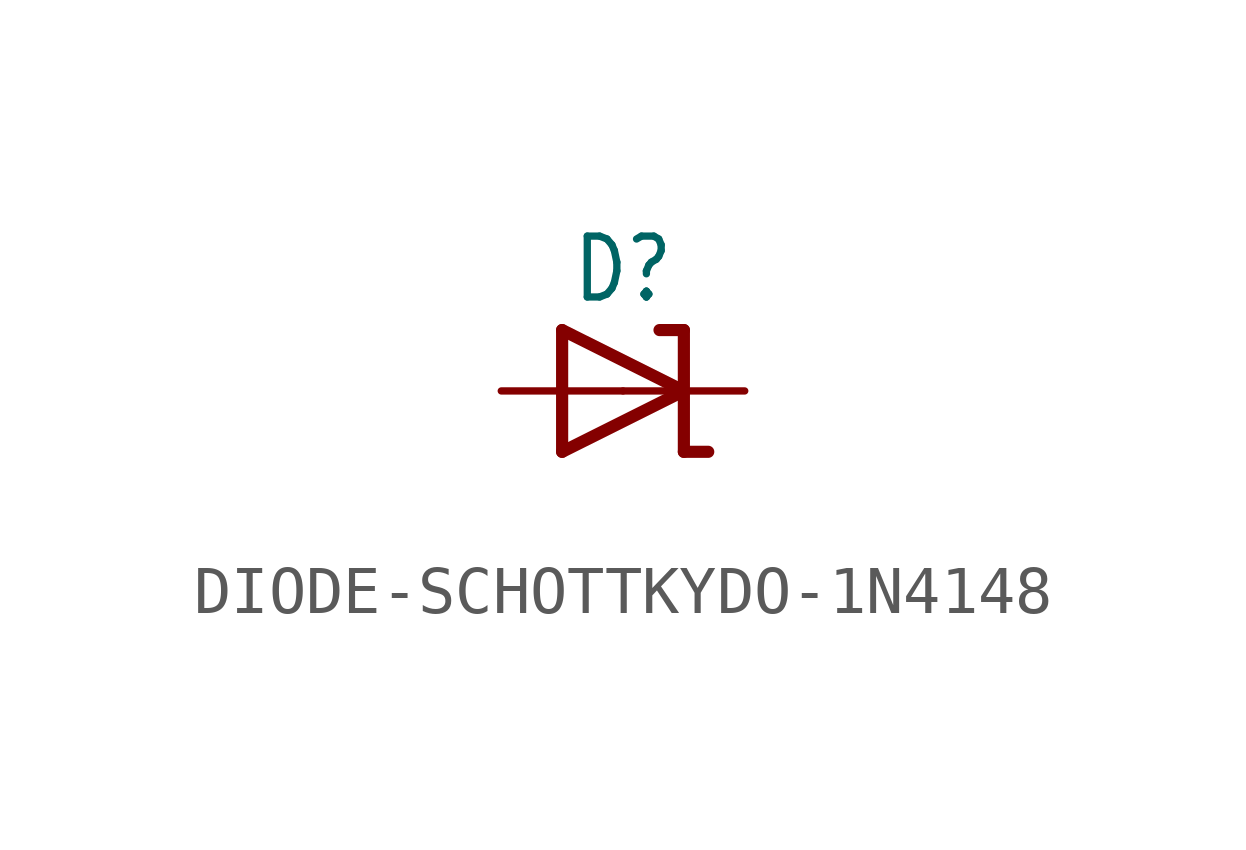
<source format=kicad_sym>
(kicad_symbol_lib
  (version 20231120)
  (generator "kicad_symbol_editor")
  (generator_version "8.0")
  (symbol "DIODE-SCHOTTKYDO-1N4148"
    (property "Reference" "D"
      (at 0 2.54 0)
      (effects (font (size 1.27 1.079))))
    (property "Value" ""
      (at 0 -2.5 0)
      (effects (font (size 1.27 1.079))))
    (property "ki_locked" ""
      (at 0 0 0)
      (effects (font (size 1.27 1.27))))
    (symbol "DIODE-SCHOTTKYDO-1N4148_1_0"
      (polyline (pts (xy -1.27 -1.27) (xy 1.27 0)) (stroke (width 0.254) (type solid)) (fill (type none)))
      (polyline (pts (xy -1.27 1.27) (xy -1.27 -1.27)) (stroke (width 0.254) (type solid)) (fill (type none)))
      (polyline (pts (xy 1.27 -1.27) (xy 1.778 -1.27)) (stroke (width 0.254) (type solid)) (fill (type none)))
      (polyline (pts (xy 1.27 0) (xy -1.27 1.27)) (stroke (width 0.254) (type solid)) (fill (type none)))
      (polyline (pts (xy 1.27 0) (xy 1.27 -1.27)) (stroke (width 0.254) (type solid)) (fill (type none)))
      (polyline (pts (xy 1.27 1.27) (xy 0.762 1.27)) (stroke (width 0.254) (type solid)) (fill (type none)))
      (polyline (pts (xy 1.27 1.27) (xy 1.27 0)) (stroke (width 0.254) (type solid)) (fill (type none)))
      (pin passive line (at -2.54 0 0) (length 2.54) (name "A" (effects (font (size 0 0)))) (number "A" (effects (font (size 0 0)))))
      (pin passive line (at 2.54 0 180) (length 2.54) (name "C" (effects (font (size 0 0)))) (number "C" (effects (font (size 0 0))))))))
</source>
